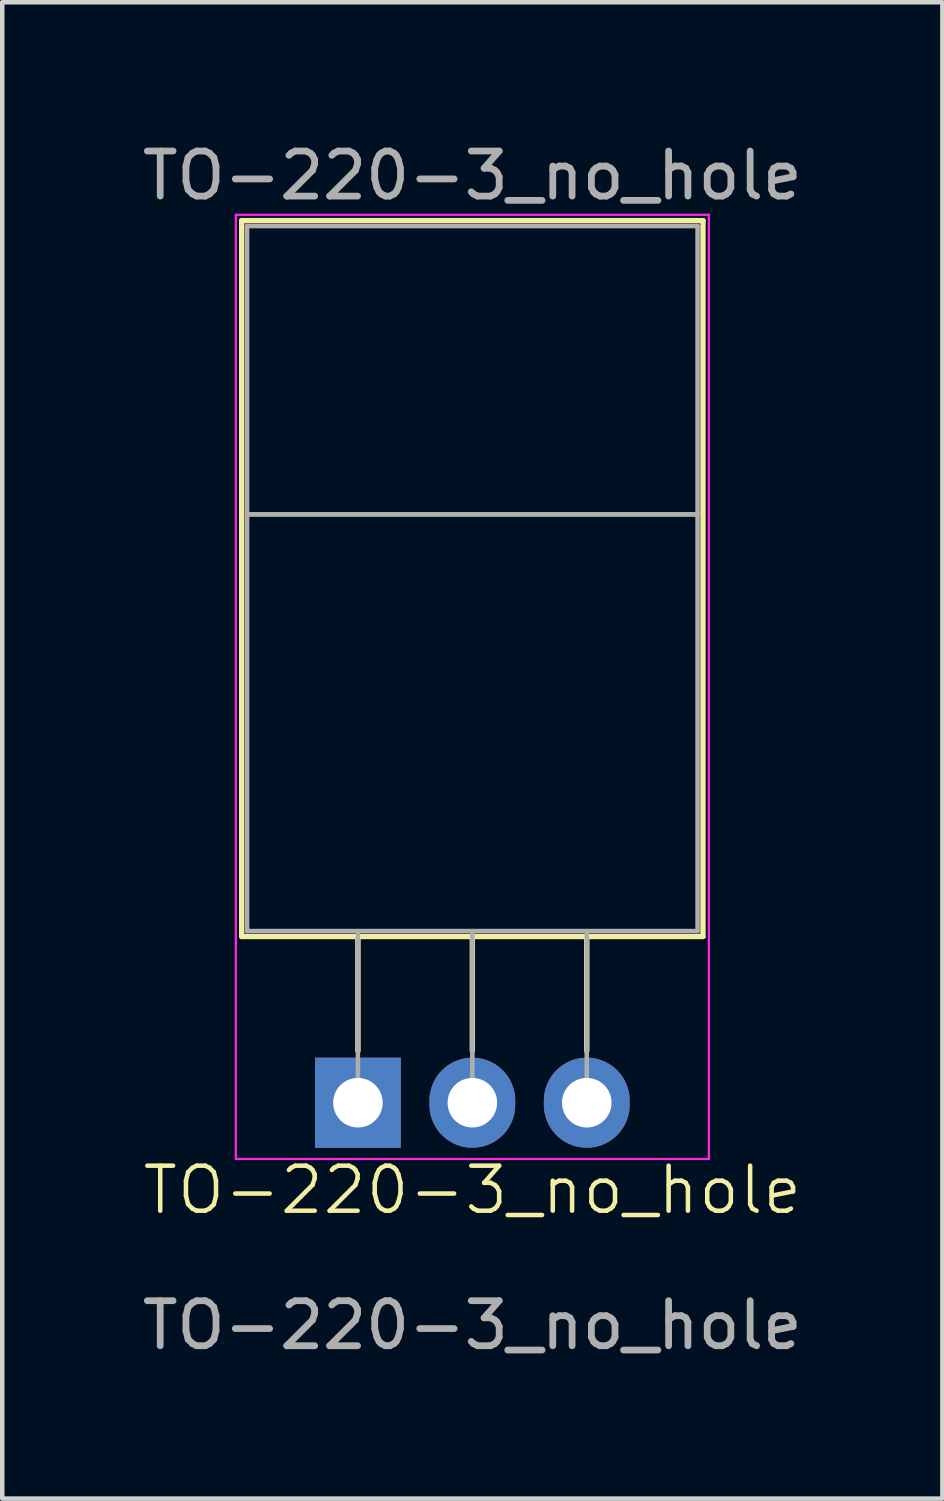
<source format=kicad_pcb>
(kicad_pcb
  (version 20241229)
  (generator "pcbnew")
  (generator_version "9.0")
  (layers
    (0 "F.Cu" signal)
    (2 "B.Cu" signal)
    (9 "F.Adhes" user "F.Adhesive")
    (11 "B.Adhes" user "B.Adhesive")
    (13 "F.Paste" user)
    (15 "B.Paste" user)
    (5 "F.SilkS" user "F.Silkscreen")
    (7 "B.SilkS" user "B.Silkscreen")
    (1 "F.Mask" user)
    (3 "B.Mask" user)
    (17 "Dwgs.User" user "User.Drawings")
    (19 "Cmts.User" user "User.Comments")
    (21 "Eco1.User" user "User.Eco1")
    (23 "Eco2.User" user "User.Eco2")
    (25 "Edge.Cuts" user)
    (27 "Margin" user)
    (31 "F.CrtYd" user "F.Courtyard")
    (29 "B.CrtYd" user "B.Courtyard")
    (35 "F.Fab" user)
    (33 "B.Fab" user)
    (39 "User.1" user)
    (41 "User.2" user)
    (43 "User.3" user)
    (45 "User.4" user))
  (footprint "TO-220-3_no_hole"
    (layer "F.Cu")
    (at 7.435 23.868)
    (property "Reference" "TO-220-3_no_hole" (at 0 -0.5 0) (unlocked yes) (layer "F.SilkS") (effects (font (size 1 1) (thickness 0.1))))
    (attr through_hole)
    (fp_line (start -5.12 -22.02) (end -5.12 -6.13) (stroke (width 0.12) (type solid)) (layer "F.SilkS"))
    (fp_line (start -5.12 -22.02) (end 5.12 -22.02) (stroke (width 0.12) (type solid)) (layer "F.SilkS"))
    (fp_line (start -5.12 -6.13) (end 5.12 -6.13) (stroke (width 0.12) (type solid)) (layer "F.SilkS"))
    (fp_line (start -2.54 -6.13) (end -2.54 -3.59) (stroke (width 0.12) (type solid)) (layer "F.SilkS"))
    (fp_line (start 0 -6.13) (end 0 -3.59) (stroke (width 0.12) (type solid)) (layer "F.SilkS"))
    (fp_line (start 2.54 -6.13) (end 2.54 -3.59) (stroke (width 0.12) (type solid)) (layer "F.SilkS"))
    (fp_line (start 5.12 -22.02) (end 5.12 -6.13) (stroke (width 0.12) (type solid)) (layer "F.SilkS"))
    (fp_line (start -5.25 -22.15) (end -5.25 -1.19) (stroke (width 0.05) (type solid)) (layer "F.CrtYd"))
    (fp_line (start -5.25 -1.19) (end 5.25 -1.19) (stroke (width 0.05) (type solid)) (layer "F.CrtYd"))
    (fp_line (start 5.25 -22.15) (end -5.25 -22.15) (stroke (width 0.05) (type solid)) (layer "F.CrtYd"))
    (fp_line (start 5.25 -1.19) (end 5.25 -22.15) (stroke (width 0.05) (type solid)) (layer "F.CrtYd"))
    (fp_line (start -5 -21.9) (end 5 -21.9) (stroke (width 0.1) (type solid)) (layer "F.Fab"))
    (fp_line (start -5 -15.5) (end -5 -21.9) (stroke (width 0.1) (type solid)) (layer "F.Fab"))
    (fp_line (start -5 -15.5) (end 5 -15.5) (stroke (width 0.1) (type solid)) (layer "F.Fab"))
    (fp_line (start -5 -6.25) (end -5 -15.5) (stroke (width 0.1) (type solid)) (layer "F.Fab"))
    (fp_line (start -2.54 -6.25) (end -2.54 -2.44) (stroke (width 0.1) (type solid)) (layer "F.Fab"))
    (fp_line (start 0 -6.25) (end 0 -2.44) (stroke (width 0.1) (type solid)) (layer "F.Fab"))
    (fp_line (start 2.54 -6.25) (end 2.54 -2.44) (stroke (width 0.1) (type solid)) (layer "F.Fab"))
    (fp_line (start 5 -21.9) (end 5 -15.5) (stroke (width 0.1) (type solid)) (layer "F.Fab"))
    (fp_line (start 5 -15.5) (end -5 -15.5) (stroke (width 0.1) (type solid)) (layer "F.Fab"))
    (fp_line (start 5 -15.5) (end 5 -6.25) (stroke (width 0.1) (type solid)) (layer "F.Fab"))
    (fp_line (start 5 -6.25) (end -5 -6.25) (stroke (width 0.1) (type solid)) (layer "F.Fab"))
    (fp_text user "${REFERENCE}" (at 0 -23.02 0) (layer "F.Fab") (effects (font (size 1 1) (thickness 0.15))))
    (fp_text user "${REFERENCE}" (at 0 2.5 0) (unlocked yes) (layer "F.Fab") (effects (font (size 1 1) (thickness 0.15))))
    (pad "" smd rect (at 0 -18.75) (size 10 6.5) (layers "F.Mask"))
    (pad "1" thru_hole rect (at -2.54 -2.44) (size 1.905 2) (drill 1.1) (layers "*.Cu" "*.Mask"))
    (pad "2" thru_hole oval (at 0 -2.44) (size 1.905 2) (drill 1.1) (layers "*.Cu" "*.Mask"))
    (pad "3" thru_hole oval (at 2.54 -2.44) (size 1.905 2) (drill 1.1) (layers "*.Cu" "*.Mask")))
  (gr_rect
    (start -3 -3)
    (end 17.869 30.216)
    (stroke (width 0.1) (type default))
    (fill no)
    (layer "Edge.Cuts")))
</source>
